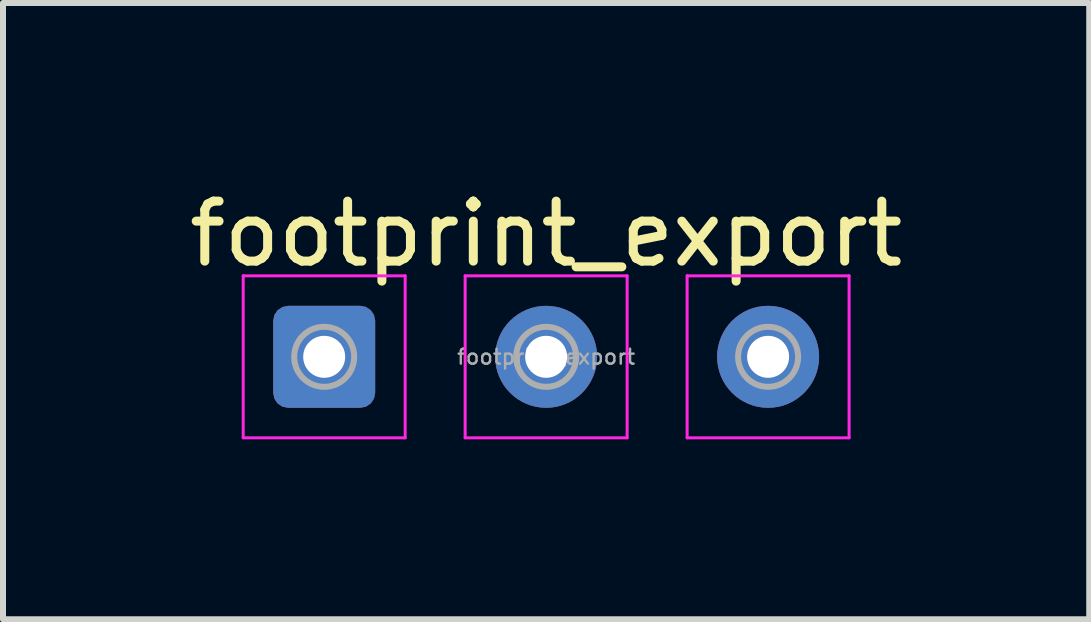
<source format=kicad_pcb>
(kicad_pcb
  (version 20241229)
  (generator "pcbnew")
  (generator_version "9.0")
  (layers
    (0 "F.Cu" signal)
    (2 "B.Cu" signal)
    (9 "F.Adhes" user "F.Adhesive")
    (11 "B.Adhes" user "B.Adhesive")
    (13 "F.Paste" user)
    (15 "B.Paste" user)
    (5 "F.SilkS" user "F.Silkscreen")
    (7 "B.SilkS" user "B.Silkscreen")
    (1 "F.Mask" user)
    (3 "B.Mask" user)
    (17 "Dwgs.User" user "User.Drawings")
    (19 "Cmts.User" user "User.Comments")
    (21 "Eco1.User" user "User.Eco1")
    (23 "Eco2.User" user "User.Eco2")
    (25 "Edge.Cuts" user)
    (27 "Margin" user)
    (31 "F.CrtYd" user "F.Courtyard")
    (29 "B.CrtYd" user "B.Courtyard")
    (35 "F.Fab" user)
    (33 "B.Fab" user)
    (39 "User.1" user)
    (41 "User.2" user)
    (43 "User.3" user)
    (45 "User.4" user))
  (footprint "footprint_export"
    (layer "F.Cu")
    (at 2.354 2.898)
    (property "Reference" "footprint_export" (at 3.7 -2.05 0) (layer "F.SilkS") (effects (font (size 1 1) (thickness 0.15))))
    (attr exclude_from_pos_files exclude_from_bom)
    (fp_line (start -1.35 -1.35) (end -1.35 1.35) (stroke (width 0.05) (type solid)) (layer "F.CrtYd"))
    (fp_line (start -1.35 1.35) (end 1.35 1.35) (stroke (width 0.05) (type solid)) (layer "F.CrtYd"))
    (fp_line (start 1.35 -1.35) (end -1.35 -1.35) (stroke (width 0.05) (type solid)) (layer "F.CrtYd"))
    (fp_line (start 1.35 1.35) (end 1.35 -1.35) (stroke (width 0.05) (type solid)) (layer "F.CrtYd"))
    (fp_line (start 2.35 -1.35) (end 2.35 1.35) (stroke (width 0.05) (type solid)) (layer "F.CrtYd"))
    (fp_line (start 2.35 1.35) (end 5.05 1.35) (stroke (width 0.05) (type solid)) (layer "F.CrtYd"))
    (fp_line (start 5.05 -1.35) (end 2.35 -1.35) (stroke (width 0.05) (type solid)) (layer "F.CrtYd"))
    (fp_line (start 5.05 1.35) (end 5.05 -1.35) (stroke (width 0.05) (type solid)) (layer "F.CrtYd"))
    (fp_line (start 6.05 -1.35) (end 6.05 1.35) (stroke (width 0.05) (type solid)) (layer "F.CrtYd"))
    (fp_line (start 6.05 1.35) (end 8.75 1.35) (stroke (width 0.05) (type solid)) (layer "F.CrtYd"))
    (fp_line (start 8.75 -1.35) (end 6.05 -1.35) (stroke (width 0.05) (type solid)) (layer "F.CrtYd"))
    (fp_line (start 8.75 1.35) (end 8.75 -1.35) (stroke (width 0.05) (type solid)) (layer "F.CrtYd"))
    (fp_circle (center 0 0) (end 0.5 0) (stroke (width 0.1) (type solid)) (fill no) (layer "F.Fab"))
    (fp_circle (center 3.7 0) (end 4.2 0) (stroke (width 0.1) (type solid)) (fill no) (layer "F.Fab"))
    (fp_circle (center 7.4 0) (end 7.9 0) (stroke (width 0.1) (type solid)) (fill no) (layer "F.Fab"))
    (fp_text user "${REFERENCE}" (at 3.7 0 0) (layer "F.Fab") (effects (font (size 0.25 0.25) (thickness 0.04))))
    (pad "1" thru_hole roundrect (at 0 0) (size 1.7 1.7) (drill 0.7) (layers "*.Cu" "*.Mask") (roundrect_rratio 0.147))
    (pad "2" thru_hole circle (at 3.7 0) (size 1.7 1.7) (drill 0.7) (layers "*.Cu" "*.Mask"))
    (pad "3" thru_hole circle (at 7.4 0) (size 1.7 1.7) (drill 0.7) (layers "*.Cu" "*.Mask")))
  (gr_rect
    (start -3 -3)
    (end 15.107 7.273)
    (stroke (width 0.1) (type default))
    (fill no)
    (layer "Edge.Cuts")))
</source>
